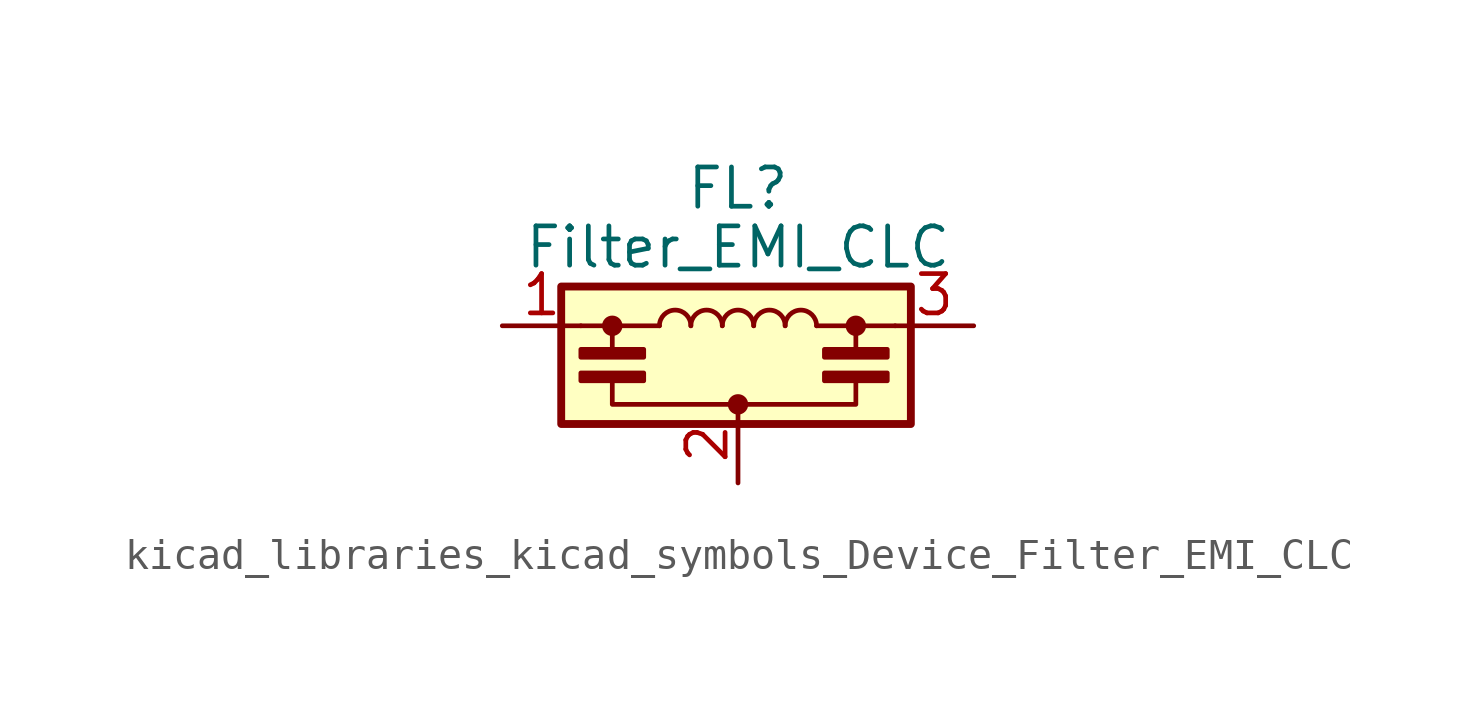
<source format=kicad_sym>
(kicad_symbol_lib
  (version 20220914)
  (generator kicad_symbol_editor)
  (symbol "kicad_libraries_kicad_symbols_Device_Filter_EMI_CLC"
    (pin_names
      (offset 0.254) hide)
    (property "Reference" "FL"
      (at 0 6.985 0)
      (effects (font (size 1.27 1.27))))
    (property "Value" "Filter_EMI_CLC"
      (at 0 5.08 0)
      (effects (font (size 1.27 1.27))))
    (symbol "kicad_libraries_kicad_symbols_Device_Filter_EMI_CLC_0_1"
      (rectangle (start -5.715 3.81) (end 5.588 -0.635) (stroke (width 0.254) (type default)) (fill (type background)))
      (rectangle (start -5.08 0.762) (end -3.048 1.016) (stroke (width 0) (type default)) (fill (type outline)))
      (circle (center -4.064 2.54) (radius 0.254) (stroke (width 0) (type default)) (fill (type outline)))
      (rectangle (start -3.048 1.524) (end -5.08 1.778) (stroke (width 0) (type default)) (fill (type outline)))
      (arc (start -1.524 2.54) (mid -2.032 3.0458) (end -2.54 2.54) (stroke (width 0) (type default)) (fill (type none)))
      (arc (start -0.508 2.54) (mid -1.016 3.0458) (end -1.524 2.54) (stroke (width 0) (type default)) (fill (type none)))
      (polyline (pts (xy -5.08 2.54) (xy -2.54 2.54)) (stroke (width 0) (type default)) (fill (type none)))
      (polyline (pts (xy -4.064 2.54) (xy -4.064 1.778)) (stroke (width 0) (type default)) (fill (type none)))
      (polyline (pts (xy 2.54 2.54) (xy 5.08 2.54)) (stroke (width 0) (type default)) (fill (type none)))
      (polyline (pts (xy 3.81 2.54) (xy 3.81 1.778)) (stroke (width 0) (type default)) (fill (type none)))
      (polyline (pts (xy -4.064 0.762) (xy -4.064 0) (xy 3.81 0) (xy 3.81 0.762)) (stroke (width 0) (type default)) (fill (type none)))
      (circle (center 0 0) (radius 0.254) (stroke (width 0) (type default)) (fill (type outline)))
      (arc (start 0.508 2.54) (mid 0 3.0458) (end -0.508 2.54) (stroke (width 0) (type default)) (fill (type none)))
      (arc (start 1.524 2.54) (mid 1.016 3.0458) (end 0.508 2.54) (stroke (width 0) (type default)) (fill (type none)))
      (arc (start 2.54 2.54) (mid 2.032 3.0458) (end 1.524 2.54) (stroke (width 0) (type default)) (fill (type none)))
      (rectangle (start 2.794 0.762) (end 4.826 1.016) (stroke (width 0) (type default)) (fill (type outline)))
      (circle (center 3.81 2.54) (radius 0.254) (stroke (width 0) (type default)) (fill (type outline)))
      (rectangle (start 4.826 1.524) (end 2.794 1.778) (stroke (width 0) (type default)) (fill (type outline))))
    (symbol "kicad_libraries_kicad_symbols_Device_Filter_EMI_CLC_1_1"
      (pin passive line (at -7.62 2.54 0) (length 2.54) (name "1" (effects (font (size 1.27 1.27)))) (number "1" (effects (font (size 1.27 1.27)))))
      (pin passive line (at 0 -2.54 90) (length 2.54) (name "2" (effects (font (size 1.27 1.27)))) (number "2" (effects (font (size 1.27 1.27)))))
      (pin passive line (at 7.62 2.54 180) (length 2.54) (name "3" (effects (font (size 1.27 1.27)))) (number "3" (effects (font (size 1.27 1.27))))))))
</source>
